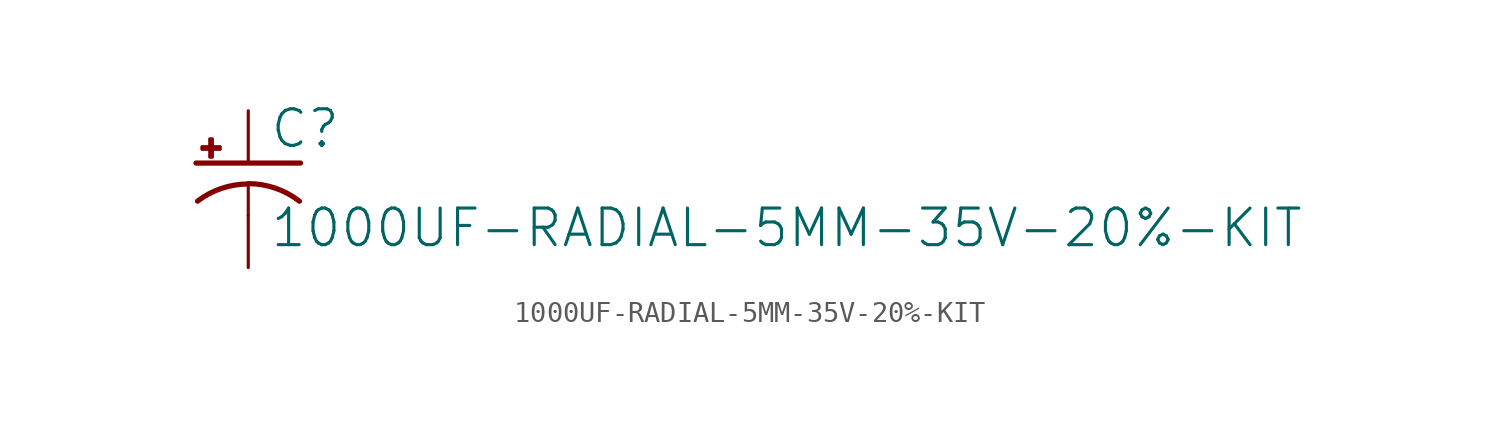
<source format=kicad_sym>
(kicad_symbol_lib
  (version 20211014)
  (generator kicad_symbol_editor)
  (symbol "1000UF-RADIAL-5MM-35V-20%-KIT"
    (property "Reference" "C"
      (at 1.016 0.635 0)
      (effects (font (size 1.778 1.778)) (justify left bottom)))
    (property "Value" "1000UF-RADIAL-5MM-35V-20%-KIT"
      (at 1.016 -4.191 0)
      (effects (font (size 1.778 1.778)) (justify left bottom)))
    (property "ki_locked" ""
      (at 0 0 0)
      (effects (font (size 1.27 1.27))))
    (symbol "1000UF-RADIAL-5MM-35V-20%-KIT_1_0"
      (rectangle (start -2.253 0.668) (end -1.364 0.795) (stroke (width 0) (type default) (color 0 0 0 0)) (fill (type outline)))
      (rectangle (start -1.872 0.287) (end -1.745 1.176) (stroke (width 0) (type default) (color 0 0 0 0)) (fill (type outline)))
      (arc (start 0 -1.0161) (mid -1.3021 -1.2302) (end -2.4669 -1.8504) (stroke (width 0.254) (type default) (color 0 0 0 0)) (fill (type none)))
      (polyline (pts (xy -2.54 0) (xy 2.54 0)) (stroke (width 0.254) (type default) (color 0 0 0 0)) (fill (type none)))
      (polyline (pts (xy 0 -1.016) (xy 0 -2.54)) (stroke (width 0.152) (type default) (color 0 0 0 0)) (fill (type none)))
      (arc (start 2.4892 -1.8542) (mid 1.3158 -1.2195) (end 0 -1) (stroke (width 0.254) (type default) (color 0 0 0 0)) (fill (type none)))
      (pin passive line (at 0 2.54 270) (length 2.54) (name "+" (effects (font (size 0 0)))) (number "+" (effects (font (size 0 0)))))
      (pin passive line (at 0 -5.08 90) (length 2.54) (name "-" (effects (font (size 0 0)))) (number "-" (effects (font (size 0 0))))))))
</source>
